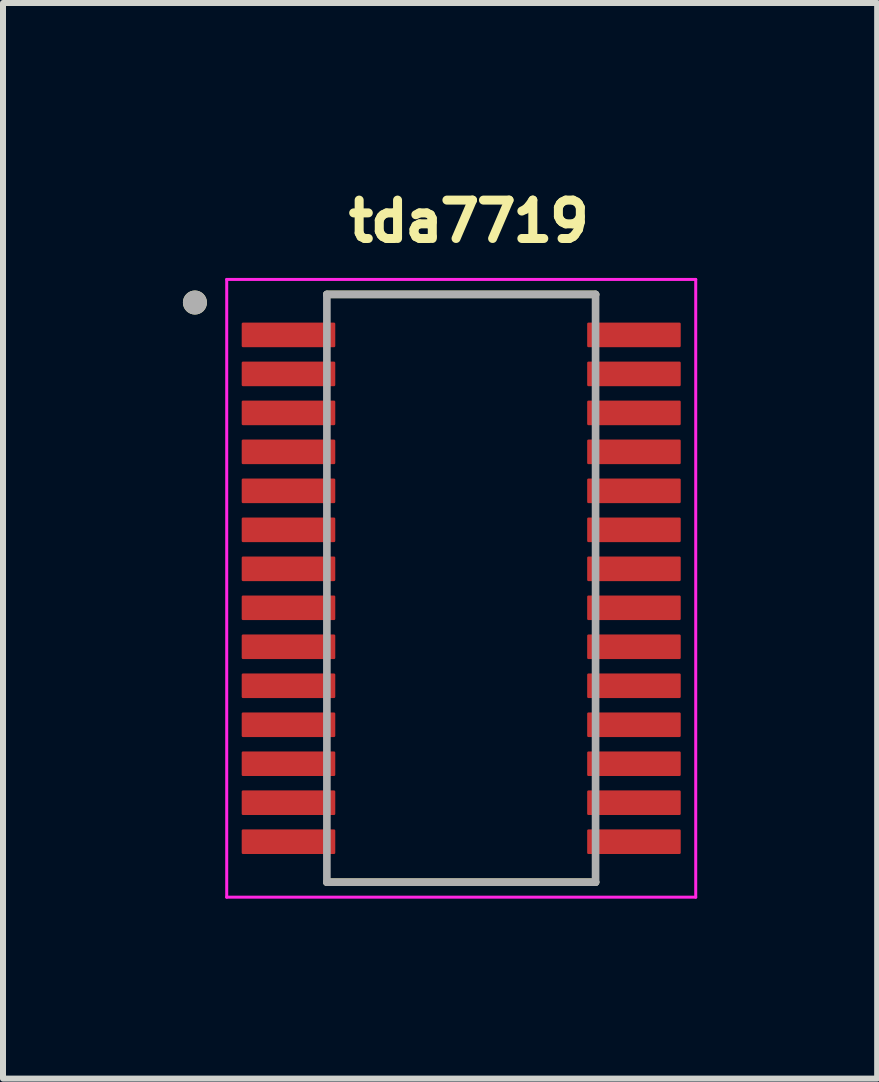
<source format=kicad_pcb>
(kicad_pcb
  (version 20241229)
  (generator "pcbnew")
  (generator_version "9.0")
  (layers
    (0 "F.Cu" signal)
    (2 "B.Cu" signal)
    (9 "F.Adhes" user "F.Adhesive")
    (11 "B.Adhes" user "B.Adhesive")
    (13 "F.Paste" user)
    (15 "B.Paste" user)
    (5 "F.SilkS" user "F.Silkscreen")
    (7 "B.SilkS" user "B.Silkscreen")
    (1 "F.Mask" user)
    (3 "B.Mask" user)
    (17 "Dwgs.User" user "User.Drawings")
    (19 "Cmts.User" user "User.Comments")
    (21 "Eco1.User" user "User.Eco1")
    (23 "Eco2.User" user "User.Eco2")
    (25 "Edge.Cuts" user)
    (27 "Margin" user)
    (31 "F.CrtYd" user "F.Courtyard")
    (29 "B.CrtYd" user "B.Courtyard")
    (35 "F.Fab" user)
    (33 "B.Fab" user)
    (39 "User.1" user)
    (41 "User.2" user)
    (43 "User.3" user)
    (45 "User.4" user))
  (footprint "tda7719"
    (layer "F.Cu")
    (at 4.64 6.759)
    (property "Reference" "tda7719" (at 0.127 -6.121 0) (layer "F.SilkS") (effects (font (size 0.64 0.64) (thickness 0.15))))
    (attr through_hole)
    (fp_line (start -2.24 -4.9) (end 2.24 -4.9) (stroke (width 0.127) (type solid)) (layer "F.SilkS"))
    (fp_line (start -2.24 4.9) (end 2.24 4.9) (stroke (width 0.127) (type solid)) (layer "F.SilkS"))
    (fp_circle (center -4.44 -4.765) (end -4.34 -4.765) (stroke (width 0.2) (type solid)) (fill no) (layer "F.SilkS"))
    (fp_line (start -3.91 -5.15) (end -3.91 5.15) (stroke (width 0.05) (type solid)) (layer "F.CrtYd"))
    (fp_line (start -3.91 -5.15) (end 3.91 -5.15) (stroke (width 0.05) (type solid)) (layer "F.CrtYd"))
    (fp_line (start -3.91 5.15) (end 3.91 5.15) (stroke (width 0.05) (type solid)) (layer "F.CrtYd"))
    (fp_line (start 3.91 -5.15) (end 3.91 5.15) (stroke (width 0.05) (type solid)) (layer "F.CrtYd"))
    (fp_line (start -2.24 -4.9) (end -2.24 4.9) (stroke (width 0.127) (type solid)) (layer "F.Fab"))
    (fp_line (start -2.24 -4.9) (end 2.24 -4.9) (stroke (width 0.127) (type solid)) (layer "F.Fab"))
    (fp_line (start -2.24 4.9) (end 2.24 4.9) (stroke (width 0.127) (type solid)) (layer "F.Fab"))
    (fp_line (start 2.24 -4.9) (end 2.24 4.9) (stroke (width 0.127) (type solid)) (layer "F.Fab"))
    (fp_circle (center -4.44 -4.765) (end -4.34 -4.765) (stroke (width 0.2) (type solid)) (fill no) (layer "F.Fab"))
    (pad "1" smd roundrect (at -2.88 -4.225) (size 1.56 0.41) (layers "F.Cu" "F.Mask" "F.Paste") (roundrect_rratio 0.05))
    (pad "2" smd roundrect (at -2.88 -3.575) (size 1.56 0.41) (layers "F.Cu" "F.Mask" "F.Paste") (roundrect_rratio 0.05))
    (pad "3" smd roundrect (at -2.88 -2.925) (size 1.56 0.41) (layers "F.Cu" "F.Mask" "F.Paste") (roundrect_rratio 0.05))
    (pad "4" smd roundrect (at -2.88 -2.275) (size 1.56 0.41) (layers "F.Cu" "F.Mask" "F.Paste") (roundrect_rratio 0.05))
    (pad "5" smd roundrect (at -2.88 -1.625) (size 1.56 0.41) (layers "F.Cu" "F.Mask" "F.Paste") (roundrect_rratio 0.05))
    (pad "6" smd roundrect (at -2.88 -0.975) (size 1.56 0.41) (layers "F.Cu" "F.Mask" "F.Paste") (roundrect_rratio 0.05))
    (pad "7" smd roundrect (at -2.88 -0.325) (size 1.56 0.41) (layers "F.Cu" "F.Mask" "F.Paste") (roundrect_rratio 0.05))
    (pad "8" smd roundrect (at -2.88 0.325) (size 1.56 0.41) (layers "F.Cu" "F.Mask" "F.Paste") (roundrect_rratio 0.05))
    (pad "9" smd roundrect (at -2.88 0.975) (size 1.56 0.41) (layers "F.Cu" "F.Mask" "F.Paste") (roundrect_rratio 0.05))
    (pad "10" smd roundrect (at -2.88 1.625) (size 1.56 0.41) (layers "F.Cu" "F.Mask" "F.Paste") (roundrect_rratio 0.05))
    (pad "11" smd roundrect (at -2.88 2.275) (size 1.56 0.41) (layers "F.Cu" "F.Mask" "F.Paste") (roundrect_rratio 0.05))
    (pad "12" smd roundrect (at -2.88 2.925) (size 1.56 0.41) (layers "F.Cu" "F.Mask" "F.Paste") (roundrect_rratio 0.05))
    (pad "13" smd roundrect (at -2.88 3.575) (size 1.56 0.41) (layers "F.Cu" "F.Mask" "F.Paste") (roundrect_rratio 0.05))
    (pad "14" smd roundrect (at -2.88 4.225) (size 1.56 0.41) (layers "F.Cu" "F.Mask" "F.Paste") (roundrect_rratio 0.05))
    (pad "15" smd roundrect (at 2.88 4.225) (size 1.56 0.41) (layers "F.Cu" "F.Mask" "F.Paste") (roundrect_rratio 0.05))
    (pad "16" smd roundrect (at 2.88 3.575) (size 1.56 0.41) (layers "F.Cu" "F.Mask" "F.Paste") (roundrect_rratio 0.05))
    (pad "17" smd roundrect (at 2.88 2.925) (size 1.56 0.41) (layers "F.Cu" "F.Mask" "F.Paste") (roundrect_rratio 0.05))
    (pad "18" smd roundrect (at 2.88 2.275) (size 1.56 0.41) (layers "F.Cu" "F.Mask" "F.Paste") (roundrect_rratio 0.05))
    (pad "19" smd roundrect (at 2.88 1.625) (size 1.56 0.41) (layers "F.Cu" "F.Mask" "F.Paste") (roundrect_rratio 0.05))
    (pad "20" smd roundrect (at 2.88 0.975) (size 1.56 0.41) (layers "F.Cu" "F.Mask" "F.Paste") (roundrect_rratio 0.05))
    (pad "21" smd roundrect (at 2.88 0.325) (size 1.56 0.41) (layers "F.Cu" "F.Mask" "F.Paste") (roundrect_rratio 0.05))
    (pad "22" smd roundrect (at 2.88 -0.325) (size 1.56 0.41) (layers "F.Cu" "F.Mask" "F.Paste") (roundrect_rratio 0.05))
    (pad "23" smd roundrect (at 2.88 -0.975) (size 1.56 0.41) (layers "F.Cu" "F.Mask" "F.Paste") (roundrect_rratio 0.05))
    (pad "24" smd roundrect (at 2.88 -1.625) (size 1.56 0.41) (layers "F.Cu" "F.Mask" "F.Paste") (roundrect_rratio 0.05))
    (pad "25" smd roundrect (at 2.88 -2.275) (size 1.56 0.41) (layers "F.Cu" "F.Mask" "F.Paste") (roundrect_rratio 0.05))
    (pad "26" smd roundrect (at 2.88 -2.925) (size 1.56 0.41) (layers "F.Cu" "F.Mask" "F.Paste") (roundrect_rratio 0.05))
    (pad "27" smd roundrect (at 2.88 -3.575) (size 1.56 0.41) (layers "F.Cu" "F.Mask" "F.Paste") (roundrect_rratio 0.05))
    (pad "28" smd roundrect (at 2.88 -4.225) (size 1.56 0.41) (layers "F.Cu" "F.Mask" "F.Paste") (roundrect_rratio 0.05)))
  (gr_rect
    (start -3 -3)
    (end 11.575 14.934)
    (stroke (width 0.1) (type default))
    (fill no)
    (layer "Edge.Cuts")))
</source>
